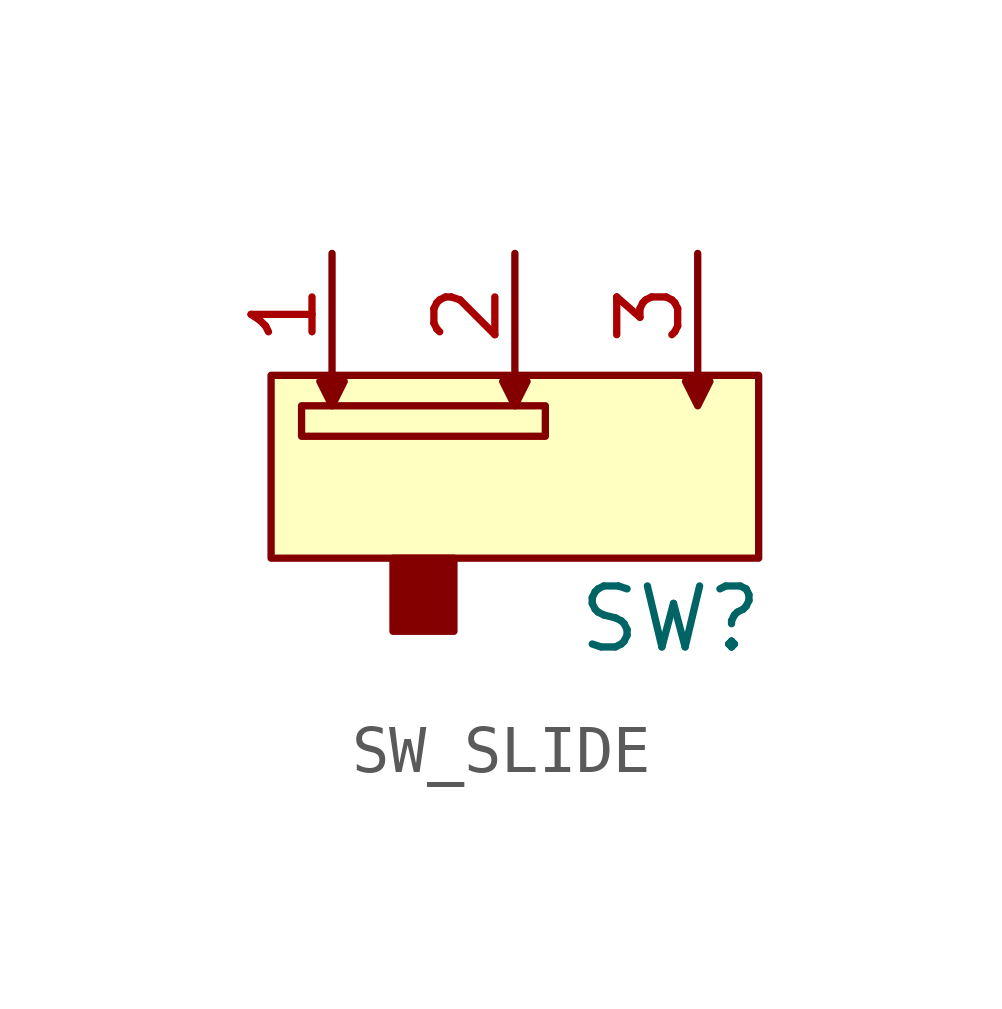
<source format=kicad_sym>
(kicad_symbol_lib
  (version 20220914)
  (generator kicad_symbol_editor)
  (symbol "SW_SLIDE"
    (property "Reference" "SW"
      (at 1.27 -3.175 0)
      (effects (font (size 1.27 1.27)) (justify left)))
    (symbol "SW_SLIDE_0_0"
      (pin passive line (at -3.81 4.445 270) (length 2.54) (name "" (effects (font (size 1.27 1.27)))) (number "1" (effects (font (size 1.27 1.27)))))
      (pin passive line (at 0 4.445 270) (length 2.54) (name "" (effects (font (size 1.27 1.27)))) (number "2" (effects (font (size 1.27 1.27)))))
      (pin passive line (at 3.81 4.445 270) (length 2.54) (name "" (effects (font (size 1.27 1.27)))) (number "3" (effects (font (size 1.27 1.27))))))
    (symbol "SW_SLIDE_0_1"
      (rectangle (start -5.08 1.905) (end 5.08 -1.905) (stroke (width 0) (type default)) (fill (type background)))
      (polyline (pts (xy -3.81 1.27) (xy -3.556 1.778) (xy -4.064 1.778) (xy -3.81 1.27)) (stroke (width 0) (type default)) (fill (type outline)))
      (polyline (pts (xy 0 1.27) (xy 0.254 1.778) (xy -0.254 1.778) (xy 0 1.27)) (stroke (width 0) (type default)) (fill (type outline)))
      (polyline (pts (xy 3.81 1.27) (xy 4.064 1.778) (xy 3.556 1.778) (xy 3.81 1.27)) (stroke (width 0) (type default)) (fill (type outline))))
    (symbol "SW_SLIDE_1_1"
      (rectangle (start -4.445 1.27) (end 0.635 0.635) (stroke (width 0) (type default)) (fill (type background)))
      (rectangle (start -2.54 -1.905) (end -1.27 -3.429) (stroke (width 0) (type default)) (fill (type outline))))))
</source>
